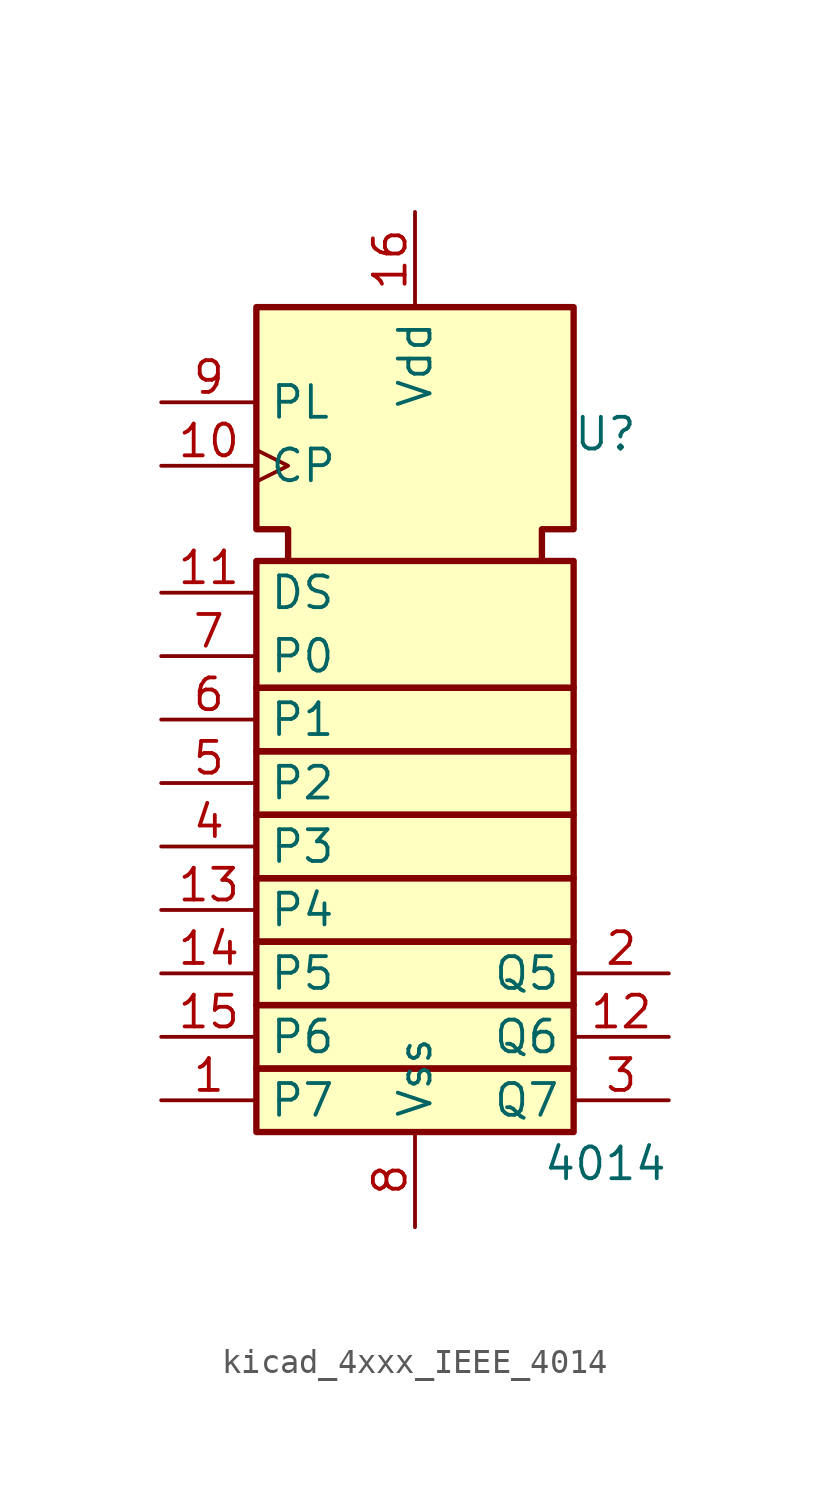
<source format=kicad_sym>
(kicad_symbol_lib
  (version 20220914)
  (generator kicad_symbol_editor)
  (symbol "kicad_4xxx_IEEE_4014"
    (property "Reference" "U"
      (at 7.62 11.43 0)
      (effects (font (size 1.27 1.27))))
    (property "Value" "4014"
      (at 7.62 -17.78 0)
      (effects (font (size 1.27 1.27))))
    (symbol "kicad_4xxx_IEEE_4014_0_1"
      (rectangle (start -6.35 -13.97) (end 6.35 -16.51) (stroke (width 0.254) (type default)) (fill (type background)))
      (rectangle (start -6.35 -11.43) (end 6.35 -13.97) (stroke (width 0.254) (type default)) (fill (type background)))
      (rectangle (start -6.35 -8.89) (end 6.35 -11.43) (stroke (width 0.254) (type default)) (fill (type background)))
      (rectangle (start -6.35 -6.35) (end 6.35 -8.89) (stroke (width 0.254) (type default)) (fill (type background)))
      (rectangle (start -6.35 -3.81) (end 6.35 -6.35) (stroke (width 0.254) (type default)) (fill (type background)))
      (rectangle (start -6.35 -1.27) (end 6.35 -3.81) (stroke (width 0.254) (type default)) (fill (type background)))
      (rectangle (start -6.35 1.27) (end 6.35 -1.27) (stroke (width 0.254) (type default)) (fill (type background)))
      (rectangle (start -6.35 6.35) (end 6.35 1.27) (stroke (width 0.254) (type default)) (fill (type background)))
      (polyline (pts (xy -5.08 6.35) (xy -5.08 7.62) (xy -6.35 7.62) (xy -6.35 16.51) (xy 6.35 16.51) (xy 6.35 7.62) (xy 5.08 7.62) (xy 5.08 6.35) (xy 5.08 6.35)) (stroke (width 0.254) (type default)) (fill (type background))))
    (symbol "kicad_4xxx_IEEE_4014_1_1"
      (pin input line (at -10.16 -15.24 0) (length 3.81) (name "P7" (effects (font (size 1.27 1.27)))) (number "1" (effects (font (size 1.27 1.27)))))
      (pin input clock (at -10.16 10.16 0) (length 3.81) (name "CP" (effects (font (size 1.27 1.27)))) (number "10" (effects (font (size 1.27 1.27)))))
      (pin input line (at -10.16 5.08 0) (length 3.81) (name "DS" (effects (font (size 1.27 1.27)))) (number "11" (effects (font (size 1.27 1.27)))))
      (pin output line (at 10.16 -12.7 180) (length 3.81) (name "Q6" (effects (font (size 1.27 1.27)))) (number "12" (effects (font (size 1.27 1.27)))))
      (pin input line (at -10.16 -7.62 0) (length 3.81) (name "P4" (effects (font (size 1.27 1.27)))) (number "13" (effects (font (size 1.27 1.27)))))
      (pin input line (at -10.16 -10.16 0) (length 3.81) (name "P5" (effects (font (size 1.27 1.27)))) (number "14" (effects (font (size 1.27 1.27)))))
      (pin input line (at -10.16 -12.7 0) (length 3.81) (name "P6" (effects (font (size 1.27 1.27)))) (number "15" (effects (font (size 1.27 1.27)))))
      (pin power_in line (at 0 20.32 270) (length 3.81) (name "Vdd" (effects (font (size 1.27 1.27)))) (number "16" (effects (font (size 1.27 1.27)))))
      (pin output line (at 10.16 -10.16 180) (length 3.81) (name "Q5" (effects (font (size 1.27 1.27)))) (number "2" (effects (font (size 1.27 1.27)))))
      (pin output line (at 10.16 -15.24 180) (length 3.81) (name "Q7" (effects (font (size 1.27 1.27)))) (number "3" (effects (font (size 1.27 1.27)))))
      (pin input line (at -10.16 -5.08 0) (length 3.81) (name "P3" (effects (font (size 1.27 1.27)))) (number "4" (effects (font (size 1.27 1.27)))))
      (pin input line (at -10.16 -2.54 0) (length 3.81) (name "P2" (effects (font (size 1.27 1.27)))) (number "5" (effects (font (size 1.27 1.27)))))
      (pin input line (at -10.16 0 0) (length 3.81) (name "P1" (effects (font (size 1.27 1.27)))) (number "6" (effects (font (size 1.27 1.27)))))
      (pin input line (at -10.16 2.54 0) (length 3.81) (name "P0" (effects (font (size 1.27 1.27)))) (number "7" (effects (font (size 1.27 1.27)))))
      (pin power_in line (at 0 -20.32 90) (length 3.81) (name "Vss" (effects (font (size 1.27 1.27)))) (number "8" (effects (font (size 1.27 1.27)))))
      (pin input line (at -10.16 12.7 0) (length 3.81) (name "PL" (effects (font (size 1.27 1.27)))) (number "9" (effects (font (size 1.27 1.27))))))))
</source>
